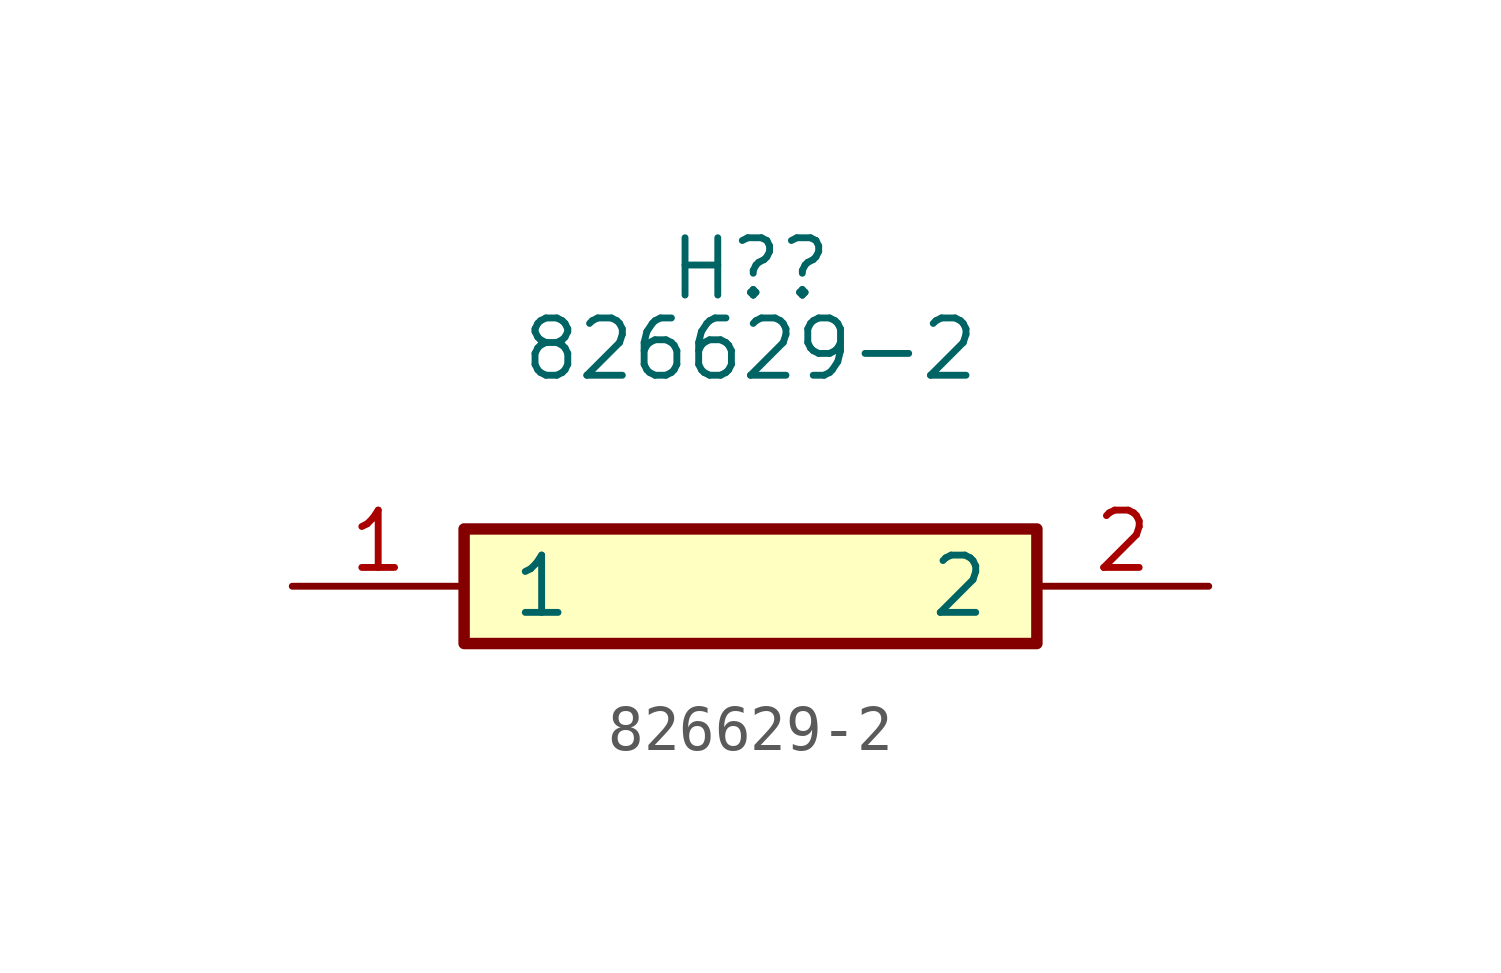
<source format=kicad_sym>
(kicad_symbol_lib
  (version 20241209)
  (generator "kicad_symbol_editor")
  (generator_version "9.0")
  (symbol "826629-2"
    (pin_names
      (offset 1.014))
    (property "Reference" "H?"
      (at 0 7.036 0)
      (effects (font (size 1.27 1.27))))
    (property "Value" "826629-2"
      (at 0 5.258 0)
      (effects (font (size 1.27 1.27))))
    (symbol "826629-2_1_1"
      (rectangle (start -6.35 -1.27) (end 6.35 1.27) (stroke (width 0.254) (type default)) (fill (type background)))
      (pin passive line (at -10.16 0 0) (length 3.81) (name "1" (effects (font (size 1.27 1.27)))) (number "1" (effects (font (size 1.27 1.27)))))
      (pin passive line (at 10.16 0 180) (length 3.81) (name "2" (effects (font (size 1.27 1.27)))) (number "2" (effects (font (size 1.27 1.27))))))))
</source>
